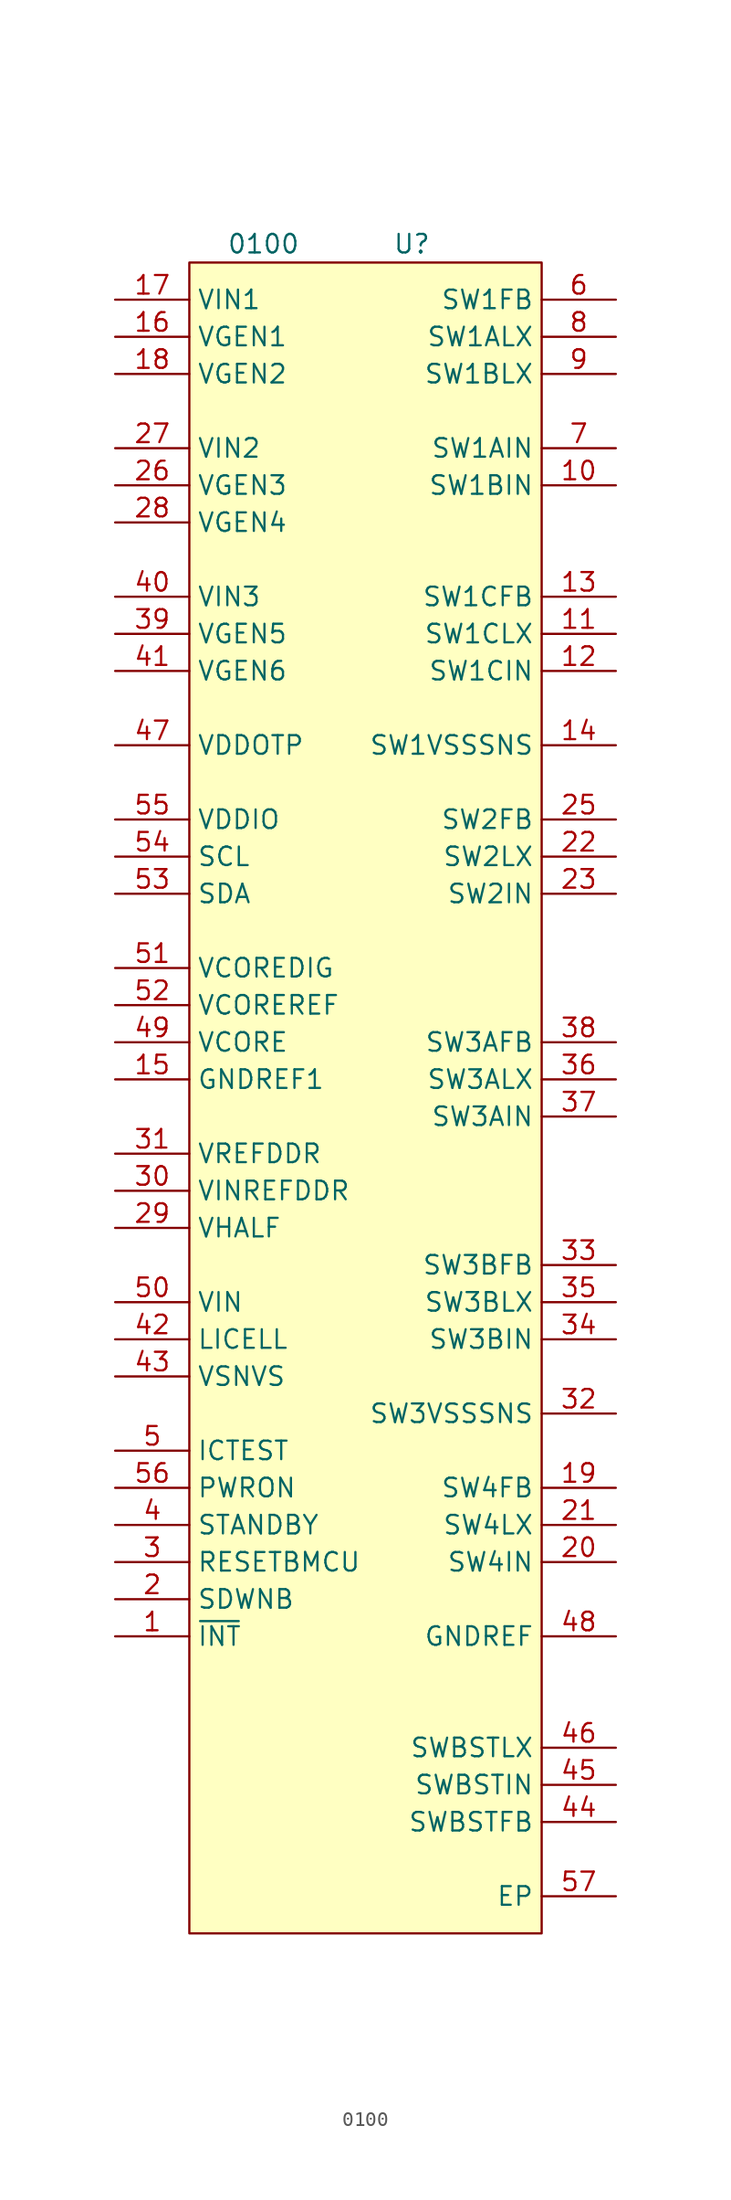
<source format=kicad_sym>
(kicad_symbol_lib
  (version 20220914)
  (generator kicad_symbol_editor)
  (symbol "0100"
    (property "Reference" "U"
      (at 0 0 0)
      (effects (font (size 1.27 1.27))))
    (property "Value" "0100"
      (at -10.16 0 0)
      (effects (font (size 1.27 1.27))))
    (symbol "0100_0_0"
      (text "" (at 12.7 -74.93 0) (effects (font (size 1.27 1.27)))))
    (symbol "0100_0_1"
      (rectangle (start -15.24 -1.27) (end 8.89 -115.57) (stroke (width 0.152) (type default)) (fill (type background))))
    (symbol "0100_1_1"
      (pin passive line (at -20.32 -95.25 0) (length 5.08) (name "~{INT}" (effects (font (size 1.27 1.27)))) (number "1" (effects (font (size 1.27 1.27)))))
      (pin passive line (at 13.97 -16.51 180) (length 5.08) (name "SW1BIN" (effects (font (size 1.27 1.27)))) (number "10" (effects (font (size 1.27 1.27)))))
      (pin passive line (at 13.97 -26.67 180) (length 5.08) (name "SW1CLX" (effects (font (size 1.27 1.27)))) (number "11" (effects (font (size 1.27 1.27)))))
      (pin passive line (at 13.97 -29.21 180) (length 5.08) (name "SW1CIN" (effects (font (size 1.27 1.27)))) (number "12" (effects (font (size 1.27 1.27)))))
      (pin passive line (at 13.97 -24.13 180) (length 5.08) (name "SW1CFB" (effects (font (size 1.27 1.27)))) (number "13" (effects (font (size 1.27 1.27)))))
      (pin passive line (at 13.97 -34.29 180) (length 5.08) (name "SW1VSSSNS" (effects (font (size 1.27 1.27)))) (number "14" (effects (font (size 1.27 1.27)))))
      (pin passive line (at -20.32 -57.15 0) (length 5.08) (name "GNDREF1" (effects (font (size 1.27 1.27)))) (number "15" (effects (font (size 1.27 1.27)))))
      (pin passive line (at -20.32 -6.35 0) (length 5.08) (name "VGEN1" (effects (font (size 1.27 1.27)))) (number "16" (effects (font (size 1.27 1.27)))))
      (pin passive line (at -20.32 -3.81 0) (length 5.08) (name "VIN1" (effects (font (size 1.27 1.27)))) (number "17" (effects (font (size 1.27 1.27)))))
      (pin passive line (at -20.32 -8.89 0) (length 5.08) (name "VGEN2" (effects (font (size 1.27 1.27)))) (number "18" (effects (font (size 1.27 1.27)))))
      (pin passive line (at 13.97 -85.09 180) (length 5.08) (name "SW4FB" (effects (font (size 1.27 1.27)))) (number "19" (effects (font (size 1.27 1.27)))))
      (pin passive line (at -20.32 -92.71 0) (length 5.08) (name "SDWNB" (effects (font (size 1.27 1.27)))) (number "2" (effects (font (size 1.27 1.27)))))
      (pin passive line (at 13.97 -90.17 180) (length 5.08) (name "SW4IN" (effects (font (size 1.27 1.27)))) (number "20" (effects (font (size 1.27 1.27)))))
      (pin passive line (at 13.97 -87.63 180) (length 5.08) (name "SW4LX" (effects (font (size 1.27 1.27)))) (number "21" (effects (font (size 1.27 1.27)))))
      (pin passive line (at 13.97 -41.91 180) (length 5.08) (name "SW2LX" (effects (font (size 1.27 1.27)))) (number "22" (effects (font (size 1.27 1.27)))))
      (pin passive line (at 13.97 -44.45 180) (length 5.08) (name "SW2IN" (effects (font (size 1.27 1.27)))) (number "23" (effects (font (size 1.27 1.27)))))
      (pin passive line (at 13.97 -44.45 180) (length 5.08) hide (name "SW2IN" (effects (font (size 1.27 1.27)))) (number "24" (effects (font (size 1.27 1.27)))))
      (pin passive line (at 13.97 -39.37 180) (length 5.08) (name "SW2FB" (effects (font (size 1.27 1.27)))) (number "25" (effects (font (size 1.27 1.27)))))
      (pin passive line (at -20.32 -16.51 0) (length 5.08) (name "VGEN3" (effects (font (size 1.27 1.27)))) (number "26" (effects (font (size 1.27 1.27)))))
      (pin passive line (at -20.32 -13.97 0) (length 5.08) (name "VIN2" (effects (font (size 1.27 1.27)))) (number "27" (effects (font (size 1.27 1.27)))))
      (pin passive line (at -20.32 -19.05 0) (length 5.08) (name "VGEN4" (effects (font (size 1.27 1.27)))) (number "28" (effects (font (size 1.27 1.27)))))
      (pin passive line (at -20.32 -67.31 0) (length 5.08) (name "VHALF" (effects (font (size 1.27 1.27)))) (number "29" (effects (font (size 1.27 1.27)))))
      (pin passive line (at -20.32 -90.17 0) (length 5.08) (name "RESETBMCU" (effects (font (size 1.27 1.27)))) (number "3" (effects (font (size 1.27 1.27)))))
      (pin passive line (at -20.32 -64.77 0) (length 5.08) (name "VINREFDDR" (effects (font (size 1.27 1.27)))) (number "30" (effects (font (size 1.27 1.27)))))
      (pin passive line (at -20.32 -62.23 0) (length 5.08) (name "VREFDDR" (effects (font (size 1.27 1.27)))) (number "31" (effects (font (size 1.27 1.27)))))
      (pin passive line (at 13.97 -80.01 180) (length 5.08) (name "SW3VSSSNS" (effects (font (size 1.27 1.27)))) (number "32" (effects (font (size 1.27 1.27)))))
      (pin passive line (at 13.97 -69.85 180) (length 5.08) (name "SW3BFB" (effects (font (size 1.27 1.27)))) (number "33" (effects (font (size 1.27 1.27)))))
      (pin passive line (at 13.97 -74.93 180) (length 5.08) (name "SW3BIN" (effects (font (size 1.27 1.27)))) (number "34" (effects (font (size 1.27 1.27)))))
      (pin passive line (at 13.97 -72.39 180) (length 5.08) (name "SW3BLX" (effects (font (size 1.27 1.27)))) (number "35" (effects (font (size 1.27 1.27)))))
      (pin passive line (at 13.97 -57.15 180) (length 5.08) (name "SW3ALX" (effects (font (size 1.27 1.27)))) (number "36" (effects (font (size 1.27 1.27)))))
      (pin passive line (at 13.97 -59.69 180) (length 5.08) (name "SW3AIN" (effects (font (size 1.27 1.27)))) (number "37" (effects (font (size 1.27 1.27)))))
      (pin passive line (at 13.97 -54.61 180) (length 5.08) (name "SW3AFB" (effects (font (size 1.27 1.27)))) (number "38" (effects (font (size 1.27 1.27)))))
      (pin passive line (at -20.32 -26.67 0) (length 5.08) (name "VGEN5" (effects (font (size 1.27 1.27)))) (number "39" (effects (font (size 1.27 1.27)))))
      (pin passive line (at -20.32 -87.63 0) (length 5.08) (name "STANDBY" (effects (font (size 1.27 1.27)))) (number "4" (effects (font (size 1.27 1.27)))))
      (pin passive line (at -20.32 -24.13 0) (length 5.08) (name "VIN3" (effects (font (size 1.27 1.27)))) (number "40" (effects (font (size 1.27 1.27)))))
      (pin passive line (at -20.32 -29.21 0) (length 5.08) (name "VGEN6" (effects (font (size 1.27 1.27)))) (number "41" (effects (font (size 1.27 1.27)))))
      (pin passive line (at -20.32 -74.93 0) (length 5.08) (name "LICELL" (effects (font (size 1.27 1.27)))) (number "42" (effects (font (size 1.27 1.27)))))
      (pin passive line (at -20.32 -77.47 0) (length 5.08) (name "VSNVS" (effects (font (size 1.27 1.27)))) (number "43" (effects (font (size 1.27 1.27)))))
      (pin passive line (at 13.97 -107.95 180) (length 5.08) (name "SWBSTFB" (effects (font (size 1.27 1.27)))) (number "44" (effects (font (size 1.27 1.27)))))
      (pin passive line (at 13.97 -105.41 180) (length 5.08) (name "SWBSTIN" (effects (font (size 1.27 1.27)))) (number "45" (effects (font (size 1.27 1.27)))))
      (pin passive line (at 13.97 -102.87 180) (length 5.08) (name "SWBSTLX" (effects (font (size 1.27 1.27)))) (number "46" (effects (font (size 1.27 1.27)))))
      (pin passive line (at -20.32 -34.29 0) (length 5.08) (name "VDDOTP" (effects (font (size 1.27 1.27)))) (number "47" (effects (font (size 1.27 1.27)))))
      (pin passive line (at 13.97 -95.25 180) (length 5.08) (name "GNDREF" (effects (font (size 1.27 1.27)))) (number "48" (effects (font (size 1.27 1.27)))))
      (pin passive line (at -20.32 -54.61 0) (length 5.08) (name "VCORE" (effects (font (size 1.27 1.27)))) (number "49" (effects (font (size 1.27 1.27)))))
      (pin passive line (at -20.32 -82.55 0) (length 5.08) (name "ICTEST" (effects (font (size 1.27 1.27)))) (number "5" (effects (font (size 1.27 1.27)))))
      (pin passive line (at -20.32 -72.39 0) (length 5.08) (name "VIN" (effects (font (size 1.27 1.27)))) (number "50" (effects (font (size 1.27 1.27)))))
      (pin passive line (at -20.32 -49.53 0) (length 5.08) (name "VCOREDIG" (effects (font (size 1.27 1.27)))) (number "51" (effects (font (size 1.27 1.27)))))
      (pin passive line (at -20.32 -52.07 0) (length 5.08) (name "VCOREREF" (effects (font (size 1.27 1.27)))) (number "52" (effects (font (size 1.27 1.27)))))
      (pin passive line (at -20.32 -44.45 0) (length 5.08) (name "SDA" (effects (font (size 1.27 1.27)))) (number "53" (effects (font (size 1.27 1.27)))))
      (pin passive line (at -20.32 -41.91 0) (length 5.08) (name "SCL" (effects (font (size 1.27 1.27)))) (number "54" (effects (font (size 1.27 1.27)))))
      (pin passive line (at -20.32 -39.37 0) (length 5.08) (name "VDDIO" (effects (font (size 1.27 1.27)))) (number "55" (effects (font (size 1.27 1.27)))))
      (pin passive line (at -20.32 -85.09 0) (length 5.08) (name "PWRON" (effects (font (size 1.27 1.27)))) (number "56" (effects (font (size 1.27 1.27)))))
      (pin passive line (at 13.97 -113.03 180) (length 5.08) (name "EP" (effects (font (size 1.27 1.27)))) (number "57" (effects (font (size 1.27 1.27)))))
      (pin passive line (at 13.97 -3.81 180) (length 5.08) (name "SW1FB" (effects (font (size 1.27 1.27)))) (number "6" (effects (font (size 1.27 1.27)))))
      (pin passive line (at 13.97 -13.97 180) (length 5.08) (name "SW1AIN" (effects (font (size 1.27 1.27)))) (number "7" (effects (font (size 1.27 1.27)))))
      (pin passive line (at 13.97 -6.35 180) (length 5.08) (name "SW1ALX" (effects (font (size 1.27 1.27)))) (number "8" (effects (font (size 1.27 1.27)))))
      (pin passive line (at 13.97 -8.89 180) (length 5.08) (name "SW1BLX" (effects (font (size 1.27 1.27)))) (number "9" (effects (font (size 1.27 1.27))))))))
</source>
